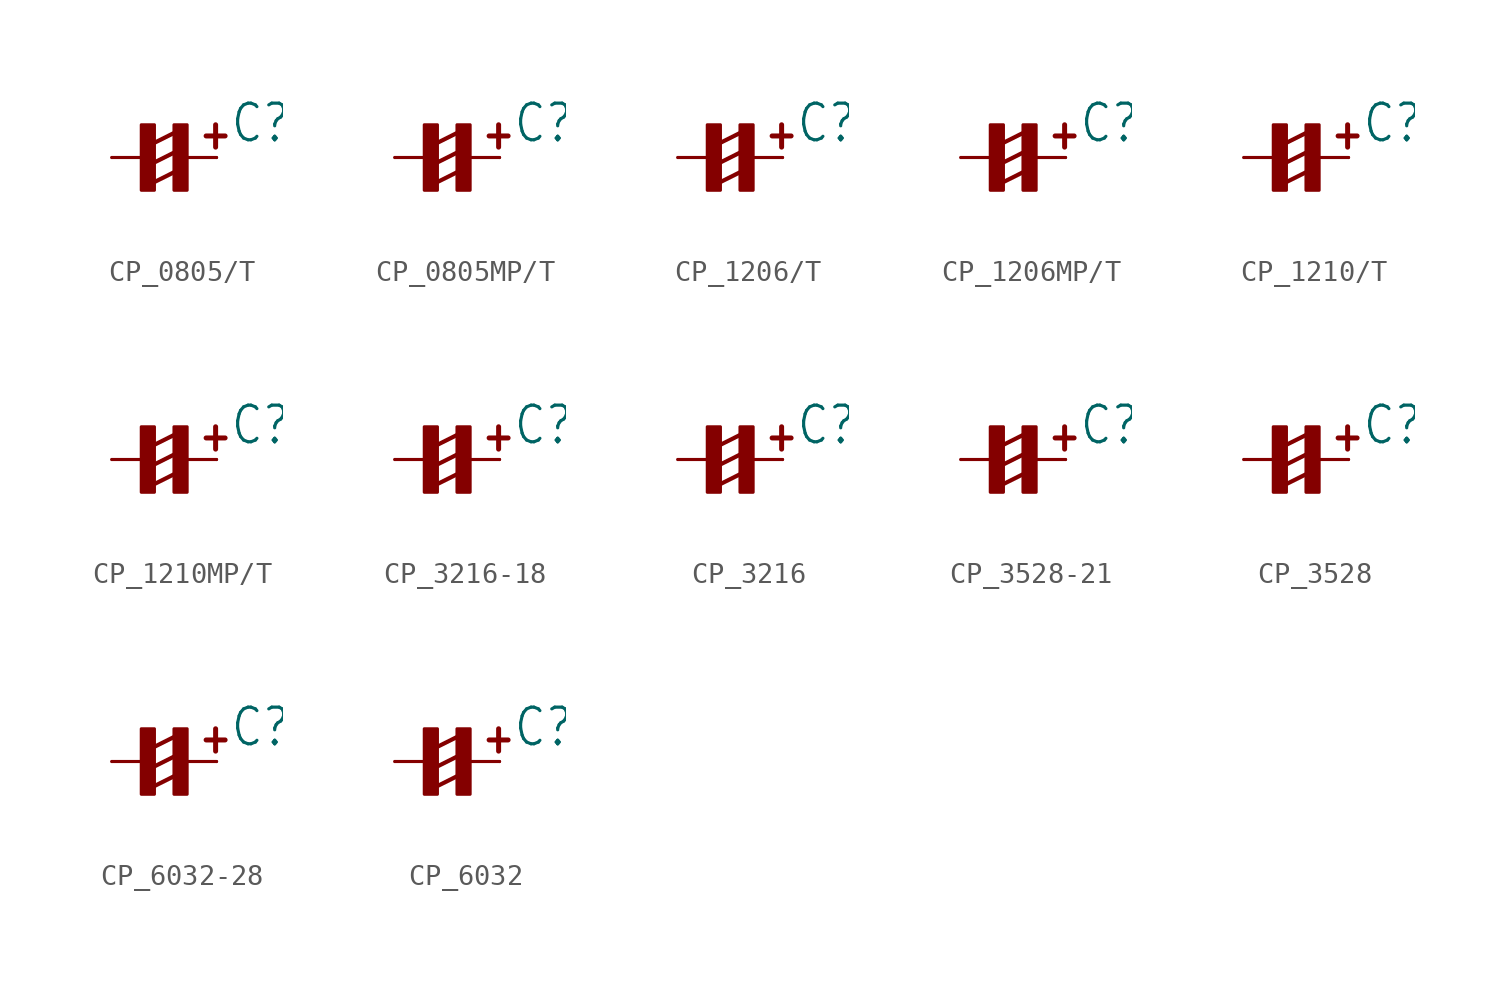
<source format=kicad_sym>
(kicad_symbol_lib
  (version 20231120)
  (generator "kicad_symbol_editor")
  (generator_version "8.0")
  (symbol "CP_0805/T"
    (property "Reference" "C"
      (at 3.175 0.635 0)
      (effects (font (size 1.778 1.511)) (justify left bottom)))
    (property "Value" ""
      (at -3.175 -3.81 0)
      (effects (font (size 1.778 1.511)) (justify left bottom)))
    (property "ki_locked" ""
      (at 0 0 0)
      (effects (font (size 1.27 1.27))))
    (symbol "CP_0805/T_1_0"
      (rectangle (start -1.111 -1.587) (end -0.476 1.587) (stroke (width 0) (type default)) (fill (type outline)))
      (polyline (pts (xy -0.857 0) (xy -2.54 0)) (stroke (width 0.152) (type solid)) (fill (type none)))
      (polyline (pts (xy -0.635 -1.27) (xy 0.635 -0.635)) (stroke (width 0.203) (type solid)) (fill (type none)))
      (polyline (pts (xy -0.635 -0.318) (xy 0.635 0.318)) (stroke (width 0.203) (type solid)) (fill (type none)))
      (polyline (pts (xy -0.635 0.635) (xy 0.635 1.27)) (stroke (width 0.203) (type solid)) (fill (type none)))
      (polyline (pts (xy 0.794 0) (xy 2.54 0)) (stroke (width 0.152) (type solid)) (fill (type none)))
      (rectangle (start 0.476 -1.587) (end 1.111 1.587) (stroke (width 0) (type default)) (fill (type outline)))
      (text "+" (at 1.587 0.318 0) (effects (font (size 1.422 1.209) (thickness 0.242) (bold yes)) (justify left bottom)))
      (pin passive line (at 2.54 0 180) (length 0) (name "+" (effects (font (size 0 0)))) (number "+" (effects (font (size 0 0)))))
      (pin passive line (at -2.54 0 0) (length 0) (name "-" (effects (font (size 0 0)))) (number "-" (effects (font (size 0 0)))))))
  (symbol "CP_0805MP/T"
    (property "Reference" "C"
      (at 3.175 0.635 0)
      (effects (font (size 1.778 1.511)) (justify left bottom)))
    (property "Value" ""
      (at -3.175 -3.81 0)
      (effects (font (size 1.778 1.511)) (justify left bottom)))
    (property "ki_locked" ""
      (at 0 0 0)
      (effects (font (size 1.27 1.27))))
    (symbol "CP_0805MP/T_1_0"
      (rectangle (start -1.111 -1.587) (end -0.476 1.587) (stroke (width 0) (type default)) (fill (type outline)))
      (polyline (pts (xy -0.857 0) (xy -2.54 0)) (stroke (width 0.152) (type solid)) (fill (type none)))
      (polyline (pts (xy -0.635 -1.27) (xy 0.635 -0.635)) (stroke (width 0.203) (type solid)) (fill (type none)))
      (polyline (pts (xy -0.635 -0.318) (xy 0.635 0.318)) (stroke (width 0.203) (type solid)) (fill (type none)))
      (polyline (pts (xy -0.635 0.635) (xy 0.635 1.27)) (stroke (width 0.203) (type solid)) (fill (type none)))
      (polyline (pts (xy 0.794 0) (xy 2.54 0)) (stroke (width 0.152) (type solid)) (fill (type none)))
      (rectangle (start 0.476 -1.587) (end 1.111 1.587) (stroke (width 0) (type default)) (fill (type outline)))
      (text "+" (at 1.587 0.318 0) (effects (font (size 1.422 1.209) (thickness 0.242) (bold yes)) (justify left bottom)))
      (pin passive line (at 2.54 0 180) (length 0) (name "+" (effects (font (size 0 0)))) (number "+" (effects (font (size 0 0)))))
      (pin passive line (at -2.54 0 0) (length 0) (name "-" (effects (font (size 0 0)))) (number "-" (effects (font (size 0 0)))))))
  (symbol "CP_1206/T"
    (property "Reference" "C"
      (at 3.175 0.635 0)
      (effects (font (size 1.778 1.511)) (justify left bottom)))
    (property "Value" ""
      (at -3.175 -3.81 0)
      (effects (font (size 1.778 1.511)) (justify left bottom)))
    (property "ki_locked" ""
      (at 0 0 0)
      (effects (font (size 1.27 1.27))))
    (symbol "CP_1206/T_1_0"
      (rectangle (start -1.111 -1.587) (end -0.476 1.587) (stroke (width 0) (type default)) (fill (type outline)))
      (polyline (pts (xy -0.857 0) (xy -2.54 0)) (stroke (width 0.152) (type solid)) (fill (type none)))
      (polyline (pts (xy -0.635 -1.27) (xy 0.635 -0.635)) (stroke (width 0.203) (type solid)) (fill (type none)))
      (polyline (pts (xy -0.635 -0.318) (xy 0.635 0.318)) (stroke (width 0.203) (type solid)) (fill (type none)))
      (polyline (pts (xy -0.635 0.635) (xy 0.635 1.27)) (stroke (width 0.203) (type solid)) (fill (type none)))
      (polyline (pts (xy 0.794 0) (xy 2.54 0)) (stroke (width 0.152) (type solid)) (fill (type none)))
      (rectangle (start 0.476 -1.587) (end 1.111 1.587) (stroke (width 0) (type default)) (fill (type outline)))
      (text "+" (at 1.587 0.318 0) (effects (font (size 1.422 1.209) (thickness 0.242) (bold yes)) (justify left bottom)))
      (pin passive line (at 2.54 0 180) (length 0) (name "+" (effects (font (size 0 0)))) (number "+" (effects (font (size 0 0)))))
      (pin passive line (at -2.54 0 0) (length 0) (name "-" (effects (font (size 0 0)))) (number "-" (effects (font (size 0 0)))))))
  (symbol "CP_1206MP/T"
    (property "Reference" "C"
      (at 3.175 0.635 0)
      (effects (font (size 1.778 1.511)) (justify left bottom)))
    (property "Value" ""
      (at -3.175 -3.81 0)
      (effects (font (size 1.778 1.511)) (justify left bottom)))
    (property "ki_locked" ""
      (at 0 0 0)
      (effects (font (size 1.27 1.27))))
    (symbol "CP_1206MP/T_1_0"
      (rectangle (start -1.111 -1.587) (end -0.476 1.587) (stroke (width 0) (type default)) (fill (type outline)))
      (polyline (pts (xy -0.857 0) (xy -2.54 0)) (stroke (width 0.152) (type solid)) (fill (type none)))
      (polyline (pts (xy -0.635 -1.27) (xy 0.635 -0.635)) (stroke (width 0.203) (type solid)) (fill (type none)))
      (polyline (pts (xy -0.635 -0.318) (xy 0.635 0.318)) (stroke (width 0.203) (type solid)) (fill (type none)))
      (polyline (pts (xy -0.635 0.635) (xy 0.635 1.27)) (stroke (width 0.203) (type solid)) (fill (type none)))
      (polyline (pts (xy 0.794 0) (xy 2.54 0)) (stroke (width 0.152) (type solid)) (fill (type none)))
      (rectangle (start 0.476 -1.587) (end 1.111 1.587) (stroke (width 0) (type default)) (fill (type outline)))
      (text "+" (at 1.587 0.318 0) (effects (font (size 1.422 1.209) (thickness 0.242) (bold yes)) (justify left bottom)))
      (pin passive line (at 2.54 0 180) (length 0) (name "+" (effects (font (size 0 0)))) (number "+" (effects (font (size 0 0)))))
      (pin passive line (at -2.54 0 0) (length 0) (name "-" (effects (font (size 0 0)))) (number "-" (effects (font (size 0 0)))))))
  (symbol "CP_1210/T"
    (property "Reference" "C"
      (at 3.175 0.635 0)
      (effects (font (size 1.778 1.511)) (justify left bottom)))
    (property "Value" ""
      (at -3.175 -3.81 0)
      (effects (font (size 1.778 1.511)) (justify left bottom)))
    (property "ki_locked" ""
      (at 0 0 0)
      (effects (font (size 1.27 1.27))))
    (symbol "CP_1210/T_1_0"
      (rectangle (start -1.111 -1.587) (end -0.476 1.587) (stroke (width 0) (type default)) (fill (type outline)))
      (polyline (pts (xy -0.857 0) (xy -2.54 0)) (stroke (width 0.152) (type solid)) (fill (type none)))
      (polyline (pts (xy -0.635 -1.27) (xy 0.635 -0.635)) (stroke (width 0.203) (type solid)) (fill (type none)))
      (polyline (pts (xy -0.635 -0.318) (xy 0.635 0.318)) (stroke (width 0.203) (type solid)) (fill (type none)))
      (polyline (pts (xy -0.635 0.635) (xy 0.635 1.27)) (stroke (width 0.203) (type solid)) (fill (type none)))
      (polyline (pts (xy 0.794 0) (xy 2.54 0)) (stroke (width 0.152) (type solid)) (fill (type none)))
      (rectangle (start 0.476 -1.587) (end 1.111 1.587) (stroke (width 0) (type default)) (fill (type outline)))
      (text "+" (at 1.587 0.318 0) (effects (font (size 1.422 1.209) (thickness 0.242) (bold yes)) (justify left bottom)))
      (pin passive line (at 2.54 0 180) (length 0) (name "+" (effects (font (size 0 0)))) (number "+" (effects (font (size 0 0)))))
      (pin passive line (at -2.54 0 0) (length 0) (name "-" (effects (font (size 0 0)))) (number "-" (effects (font (size 0 0)))))))
  (symbol "CP_1210MP/T"
    (property "Reference" "C"
      (at 3.175 0.635 0)
      (effects (font (size 1.778 1.511)) (justify left bottom)))
    (property "Value" ""
      (at -3.175 -3.81 0)
      (effects (font (size 1.778 1.511)) (justify left bottom)))
    (property "ki_locked" ""
      (at 0 0 0)
      (effects (font (size 1.27 1.27))))
    (symbol "CP_1210MP/T_1_0"
      (rectangle (start -1.111 -1.587) (end -0.476 1.587) (stroke (width 0) (type default)) (fill (type outline)))
      (polyline (pts (xy -0.857 0) (xy -2.54 0)) (stroke (width 0.152) (type solid)) (fill (type none)))
      (polyline (pts (xy -0.635 -1.27) (xy 0.635 -0.635)) (stroke (width 0.203) (type solid)) (fill (type none)))
      (polyline (pts (xy -0.635 -0.318) (xy 0.635 0.318)) (stroke (width 0.203) (type solid)) (fill (type none)))
      (polyline (pts (xy -0.635 0.635) (xy 0.635 1.27)) (stroke (width 0.203) (type solid)) (fill (type none)))
      (polyline (pts (xy 0.794 0) (xy 2.54 0)) (stroke (width 0.152) (type solid)) (fill (type none)))
      (rectangle (start 0.476 -1.587) (end 1.111 1.587) (stroke (width 0) (type default)) (fill (type outline)))
      (text "+" (at 1.587 0.318 0) (effects (font (size 1.422 1.209) (thickness 0.242) (bold yes)) (justify left bottom)))
      (pin passive line (at 2.54 0 180) (length 0) (name "+" (effects (font (size 0 0)))) (number "+" (effects (font (size 0 0)))))
      (pin passive line (at -2.54 0 0) (length 0) (name "-" (effects (font (size 0 0)))) (number "-" (effects (font (size 0 0)))))))
  (symbol "CP_3216-18"
    (property "Reference" "C"
      (at 3.175 0.635 0)
      (effects (font (size 1.778 1.511)) (justify left bottom)))
    (property "Value" ""
      (at -3.175 -3.81 0)
      (effects (font (size 1.778 1.511)) (justify left bottom)))
    (property "ki_locked" ""
      (at 0 0 0)
      (effects (font (size 1.27 1.27))))
    (symbol "CP_3216-18_1_0"
      (rectangle (start -1.111 -1.587) (end -0.476 1.587) (stroke (width 0) (type default)) (fill (type outline)))
      (polyline (pts (xy -0.857 0) (xy -2.54 0)) (stroke (width 0.152) (type solid)) (fill (type none)))
      (polyline (pts (xy -0.635 -1.27) (xy 0.635 -0.635)) (stroke (width 0.203) (type solid)) (fill (type none)))
      (polyline (pts (xy -0.635 -0.318) (xy 0.635 0.318)) (stroke (width 0.203) (type solid)) (fill (type none)))
      (polyline (pts (xy -0.635 0.635) (xy 0.635 1.27)) (stroke (width 0.203) (type solid)) (fill (type none)))
      (polyline (pts (xy 0.794 0) (xy 2.54 0)) (stroke (width 0.152) (type solid)) (fill (type none)))
      (rectangle (start 0.476 -1.587) (end 1.111 1.587) (stroke (width 0) (type default)) (fill (type outline)))
      (text "+" (at 1.587 0.318 0) (effects (font (size 1.422 1.209) (thickness 0.242) (bold yes)) (justify left bottom)))
      (pin passive line (at 2.54 0 180) (length 0) (name "+" (effects (font (size 0 0)))) (number "+" (effects (font (size 0 0)))))
      (pin passive line (at -2.54 0 0) (length 0) (name "-" (effects (font (size 0 0)))) (number "-" (effects (font (size 0 0)))))))
  (symbol "CP_3216"
    (property "Reference" "C"
      (at 3.175 0.635 0)
      (effects (font (size 1.778 1.511)) (justify left bottom)))
    (property "Value" ""
      (at -3.175 -3.81 0)
      (effects (font (size 1.778 1.511)) (justify left bottom)))
    (property "ki_locked" ""
      (at 0 0 0)
      (effects (font (size 1.27 1.27))))
    (symbol "CP_3216_1_0"
      (rectangle (start -1.111 -1.587) (end -0.476 1.587) (stroke (width 0) (type default)) (fill (type outline)))
      (polyline (pts (xy -0.857 0) (xy -2.54 0)) (stroke (width 0.152) (type solid)) (fill (type none)))
      (polyline (pts (xy -0.635 -1.27) (xy 0.635 -0.635)) (stroke (width 0.203) (type solid)) (fill (type none)))
      (polyline (pts (xy -0.635 -0.318) (xy 0.635 0.318)) (stroke (width 0.203) (type solid)) (fill (type none)))
      (polyline (pts (xy -0.635 0.635) (xy 0.635 1.27)) (stroke (width 0.203) (type solid)) (fill (type none)))
      (polyline (pts (xy 0.794 0) (xy 2.54 0)) (stroke (width 0.152) (type solid)) (fill (type none)))
      (rectangle (start 0.476 -1.587) (end 1.111 1.587) (stroke (width 0) (type default)) (fill (type outline)))
      (text "+" (at 1.587 0.318 0) (effects (font (size 1.422 1.209) (thickness 0.242) (bold yes)) (justify left bottom)))
      (pin passive line (at 2.54 0 180) (length 0) (name "+" (effects (font (size 0 0)))) (number "+" (effects (font (size 0 0)))))
      (pin passive line (at -2.54 0 0) (length 0) (name "-" (effects (font (size 0 0)))) (number "-" (effects (font (size 0 0)))))))
  (symbol "CP_3528-21"
    (property "Reference" "C"
      (at 3.175 0.635 0)
      (effects (font (size 1.778 1.511)) (justify left bottom)))
    (property "Value" ""
      (at -3.175 -3.81 0)
      (effects (font (size 1.778 1.511)) (justify left bottom)))
    (property "ki_locked" ""
      (at 0 0 0)
      (effects (font (size 1.27 1.27))))
    (symbol "CP_3528-21_1_0"
      (rectangle (start -1.111 -1.587) (end -0.476 1.587) (stroke (width 0) (type default)) (fill (type outline)))
      (polyline (pts (xy -0.857 0) (xy -2.54 0)) (stroke (width 0.152) (type solid)) (fill (type none)))
      (polyline (pts (xy -0.635 -1.27) (xy 0.635 -0.635)) (stroke (width 0.203) (type solid)) (fill (type none)))
      (polyline (pts (xy -0.635 -0.318) (xy 0.635 0.318)) (stroke (width 0.203) (type solid)) (fill (type none)))
      (polyline (pts (xy -0.635 0.635) (xy 0.635 1.27)) (stroke (width 0.203) (type solid)) (fill (type none)))
      (polyline (pts (xy 0.794 0) (xy 2.54 0)) (stroke (width 0.152) (type solid)) (fill (type none)))
      (rectangle (start 0.476 -1.587) (end 1.111 1.587) (stroke (width 0) (type default)) (fill (type outline)))
      (text "+" (at 1.587 0.318 0) (effects (font (size 1.422 1.209) (thickness 0.242) (bold yes)) (justify left bottom)))
      (pin passive line (at 2.54 0 180) (length 0) (name "+" (effects (font (size 0 0)))) (number "+" (effects (font (size 0 0)))))
      (pin passive line (at -2.54 0 0) (length 0) (name "-" (effects (font (size 0 0)))) (number "-" (effects (font (size 0 0)))))))
  (symbol "CP_3528"
    (property "Reference" "C"
      (at 3.175 0.635 0)
      (effects (font (size 1.778 1.511)) (justify left bottom)))
    (property "Value" ""
      (at -3.175 -3.81 0)
      (effects (font (size 1.778 1.511)) (justify left bottom)))
    (property "ki_locked" ""
      (at 0 0 0)
      (effects (font (size 1.27 1.27))))
    (symbol "CP_3528_1_0"
      (rectangle (start -1.111 -1.587) (end -0.476 1.587) (stroke (width 0) (type default)) (fill (type outline)))
      (polyline (pts (xy -0.857 0) (xy -2.54 0)) (stroke (width 0.152) (type solid)) (fill (type none)))
      (polyline (pts (xy -0.635 -1.27) (xy 0.635 -0.635)) (stroke (width 0.203) (type solid)) (fill (type none)))
      (polyline (pts (xy -0.635 -0.318) (xy 0.635 0.318)) (stroke (width 0.203) (type solid)) (fill (type none)))
      (polyline (pts (xy -0.635 0.635) (xy 0.635 1.27)) (stroke (width 0.203) (type solid)) (fill (type none)))
      (polyline (pts (xy 0.794 0) (xy 2.54 0)) (stroke (width 0.152) (type solid)) (fill (type none)))
      (rectangle (start 0.476 -1.587) (end 1.111 1.587) (stroke (width 0) (type default)) (fill (type outline)))
      (text "+" (at 1.587 0.318 0) (effects (font (size 1.422 1.209) (thickness 0.242) (bold yes)) (justify left bottom)))
      (pin passive line (at 2.54 0 180) (length 0) (name "+" (effects (font (size 0 0)))) (number "+" (effects (font (size 0 0)))))
      (pin passive line (at -2.54 0 0) (length 0) (name "-" (effects (font (size 0 0)))) (number "-" (effects (font (size 0 0)))))))
  (symbol "CP_6032-28"
    (property "Reference" "C"
      (at 3.175 0.635 0)
      (effects (font (size 1.778 1.511)) (justify left bottom)))
    (property "Value" ""
      (at -3.175 -3.81 0)
      (effects (font (size 1.778 1.511)) (justify left bottom)))
    (property "ki_locked" ""
      (at 0 0 0)
      (effects (font (size 1.27 1.27))))
    (symbol "CP_6032-28_1_0"
      (rectangle (start -1.111 -1.587) (end -0.476 1.587) (stroke (width 0) (type default)) (fill (type outline)))
      (polyline (pts (xy -0.857 0) (xy -2.54 0)) (stroke (width 0.152) (type solid)) (fill (type none)))
      (polyline (pts (xy -0.635 -1.27) (xy 0.635 -0.635)) (stroke (width 0.203) (type solid)) (fill (type none)))
      (polyline (pts (xy -0.635 -0.318) (xy 0.635 0.318)) (stroke (width 0.203) (type solid)) (fill (type none)))
      (polyline (pts (xy -0.635 0.635) (xy 0.635 1.27)) (stroke (width 0.203) (type solid)) (fill (type none)))
      (polyline (pts (xy 0.794 0) (xy 2.54 0)) (stroke (width 0.152) (type solid)) (fill (type none)))
      (rectangle (start 0.476 -1.587) (end 1.111 1.587) (stroke (width 0) (type default)) (fill (type outline)))
      (text "+" (at 1.587 0.318 0) (effects (font (size 1.422 1.209) (thickness 0.242) (bold yes)) (justify left bottom)))
      (pin passive line (at 2.54 0 180) (length 0) (name "+" (effects (font (size 0 0)))) (number "+" (effects (font (size 0 0)))))
      (pin passive line (at -2.54 0 0) (length 0) (name "-" (effects (font (size 0 0)))) (number "-" (effects (font (size 0 0)))))))
  (symbol "CP_6032"
    (property "Reference" "C"
      (at 3.175 0.635 0)
      (effects (font (size 1.778 1.511)) (justify left bottom)))
    (property "Value" ""
      (at -3.175 -3.81 0)
      (effects (font (size 1.778 1.511)) (justify left bottom)))
    (property "ki_locked" ""
      (at 0 0 0)
      (effects (font (size 1.27 1.27))))
    (symbol "CP_6032_1_0"
      (rectangle (start -1.111 -1.587) (end -0.476 1.587) (stroke (width 0) (type default)) (fill (type outline)))
      (polyline (pts (xy -0.857 0) (xy -2.54 0)) (stroke (width 0.152) (type solid)) (fill (type none)))
      (polyline (pts (xy -0.635 -1.27) (xy 0.635 -0.635)) (stroke (width 0.203) (type solid)) (fill (type none)))
      (polyline (pts (xy -0.635 -0.318) (xy 0.635 0.318)) (stroke (width 0.203) (type solid)) (fill (type none)))
      (polyline (pts (xy -0.635 0.635) (xy 0.635 1.27)) (stroke (width 0.203) (type solid)) (fill (type none)))
      (polyline (pts (xy 0.794 0) (xy 2.54 0)) (stroke (width 0.152) (type solid)) (fill (type none)))
      (rectangle (start 0.476 -1.587) (end 1.111 1.587) (stroke (width 0) (type default)) (fill (type outline)))
      (text "+" (at 1.587 0.318 0) (effects (font (size 1.422 1.209) (thickness 0.242) (bold yes)) (justify left bottom)))
      (pin passive line (at 2.54 0 180) (length 0) (name "+" (effects (font (size 0 0)))) (number "+" (effects (font (size 0 0)))))
      (pin passive line (at -2.54 0 0) (length 0) (name "-" (effects (font (size 0 0)))) (number "-" (effects (font (size 0 0))))))))
</source>
